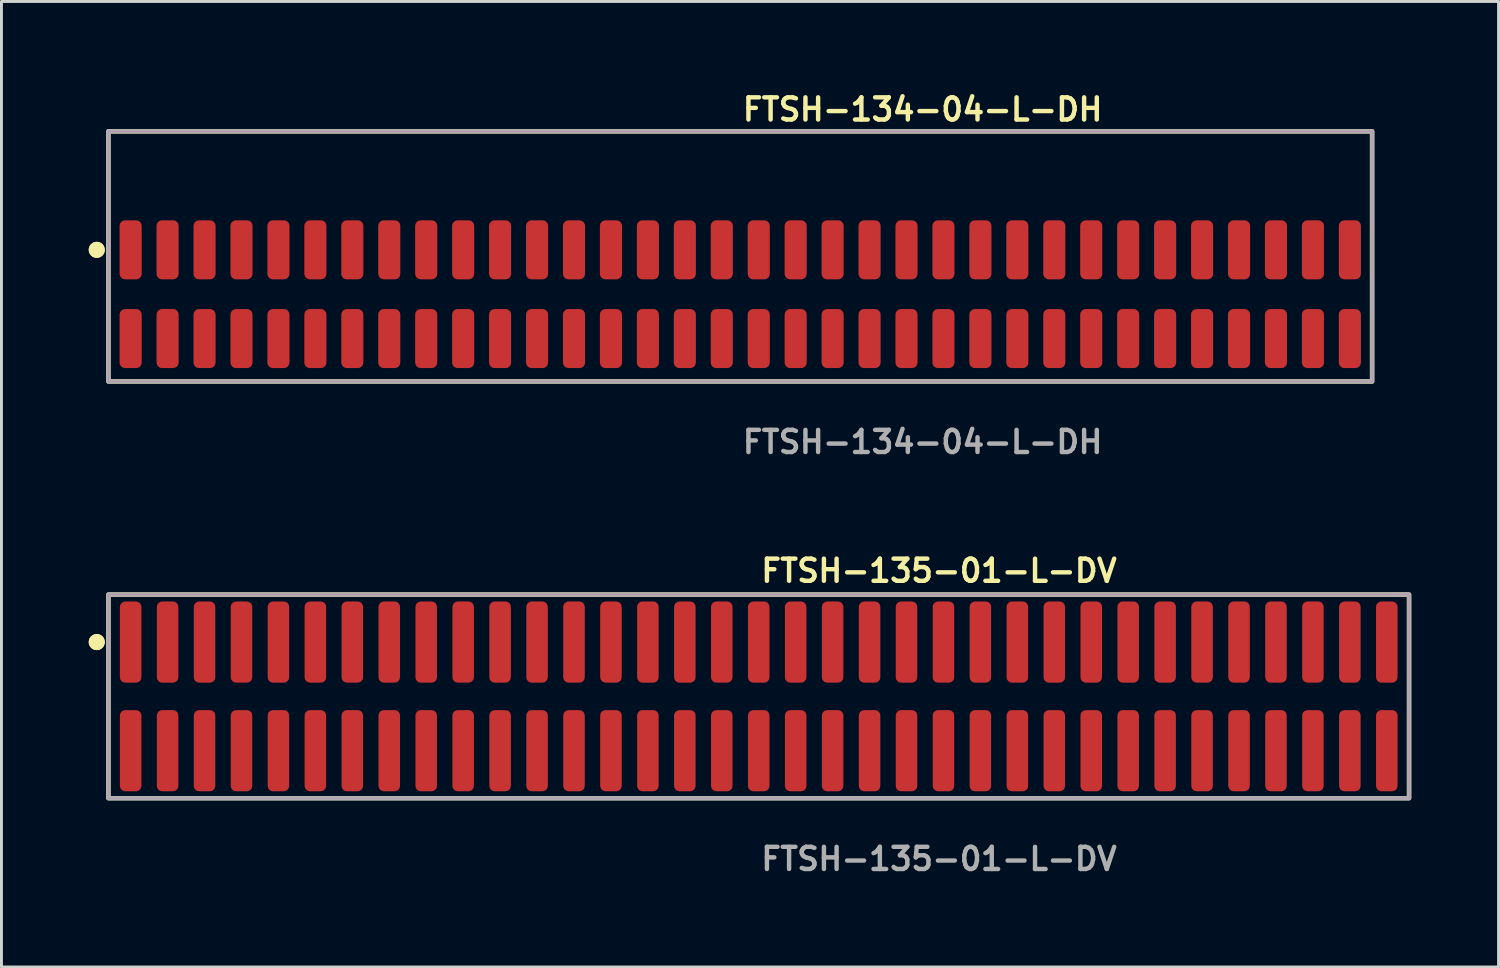
<source format=kicad_pcb>
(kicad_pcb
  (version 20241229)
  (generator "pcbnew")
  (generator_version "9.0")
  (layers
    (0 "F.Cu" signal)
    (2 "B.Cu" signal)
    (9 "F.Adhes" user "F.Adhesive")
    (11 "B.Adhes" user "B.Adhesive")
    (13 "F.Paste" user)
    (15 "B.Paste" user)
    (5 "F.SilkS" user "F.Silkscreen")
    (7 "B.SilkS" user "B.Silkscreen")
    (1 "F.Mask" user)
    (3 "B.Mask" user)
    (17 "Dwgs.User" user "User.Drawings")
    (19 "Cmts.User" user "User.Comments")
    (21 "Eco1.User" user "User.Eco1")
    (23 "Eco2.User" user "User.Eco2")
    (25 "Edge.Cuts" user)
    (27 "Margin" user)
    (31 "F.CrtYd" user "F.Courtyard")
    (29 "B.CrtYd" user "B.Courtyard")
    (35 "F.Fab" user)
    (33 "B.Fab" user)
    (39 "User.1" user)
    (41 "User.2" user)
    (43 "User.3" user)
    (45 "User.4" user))
  (footprint "FTSH-134-04-L-DH"
    (layer "F.Cu")
    (at 22.396 7.063)
    (property "Reference" "FTSH-134-04-L-DH" (at 0 -6.35 0) (unlocked yes) (layer "F.SilkS") (effects (font (size 0.762 0.762) (thickness 0.152)) (justify left)))
    (fp_rect (start -21.72 3) (end 21.72 -5.6) (stroke (width 0.152) (type solid)) (fill no) (layer "F.SilkS"))
    (fp_circle (center -22.12 -1.525) (end -22.32 -1.525) (stroke (width 0.152) (type solid)) (fill yes) (layer "F.SilkS"))
    (fp_circle (center -22.12 -1.525) (end -22.32 -1.525) (stroke (width 0.152) (type solid)) (fill yes) (layer "F.SilkS"))
    (fp_rect (start -21.72 3) (end 21.72 -5.6) (stroke (width 0.006) (type solid)) (fill no) (layer "F.CrtYd"))
    (fp_rect (start -21.72 3) (end 21.72 -5.6) (stroke (width 0.152) (type solid)) (fill no) (layer "F.Fab"))
    (fp_text user "${REFERENCE}" (at 0 5.08 0) (unlocked yes) (layer "F.Fab") (effects (font (size 0.762 0.762) (thickness 0.152)) (justify left)))
    (pad "1" smd roundrect (at -20.955 -1.525) (size 0.76 2.03) (layers "F.Cu" "F.Paste") (roundrect_rratio 0.25))
    (pad "2" smd roundrect (at -20.955 1.525) (size 0.76 2.03) (layers "F.Cu" "F.Paste") (roundrect_rratio 0.25))
    (pad "3" smd roundrect (at -19.685 -1.525) (size 0.76 2.03) (layers "F.Cu" "F.Paste") (roundrect_rratio 0.25))
    (pad "4" smd roundrect (at -19.685 1.525) (size 0.76 2.03) (layers "F.Cu" "F.Paste") (roundrect_rratio 0.25))
    (pad "5" smd roundrect (at -18.415 -1.525) (size 0.76 2.03) (layers "F.Cu" "F.Paste") (roundrect_rratio 0.25))
    (pad "6" smd roundrect (at -18.415 1.525) (size 0.76 2.03) (layers "F.Cu" "F.Paste") (roundrect_rratio 0.25))
    (pad "7" smd roundrect (at -17.145 -1.525) (size 0.76 2.03) (layers "F.Cu" "F.Paste") (roundrect_rratio 0.25))
    (pad "8" smd roundrect (at -17.145 1.525) (size 0.76 2.03) (layers "F.Cu" "F.Paste") (roundrect_rratio 0.25))
    (pad "9" smd roundrect (at -15.875 -1.525) (size 0.76 2.03) (layers "F.Cu" "F.Paste") (roundrect_rratio 0.25))
    (pad "10" smd roundrect (at -15.875 1.525) (size 0.76 2.03) (layers "F.Cu" "F.Paste") (roundrect_rratio 0.25))
    (pad "11" smd roundrect (at -14.605 -1.525) (size 0.76 2.03) (layers "F.Cu" "F.Paste") (roundrect_rratio 0.25))
    (pad "12" smd roundrect (at -14.605 1.525) (size 0.76 2.03) (layers "F.Cu" "F.Paste") (roundrect_rratio 0.25))
    (pad "13" smd roundrect (at -13.335 -1.525) (size 0.76 2.03) (layers "F.Cu" "F.Paste") (roundrect_rratio 0.25))
    (pad "14" smd roundrect (at -13.335 1.525) (size 0.76 2.03) (layers "F.Cu" "F.Paste") (roundrect_rratio 0.25))
    (pad "15" smd roundrect (at -12.065 -1.525) (size 0.76 2.03) (layers "F.Cu" "F.Paste") (roundrect_rratio 0.25))
    (pad "16" smd roundrect (at -12.065 1.525) (size 0.76 2.03) (layers "F.Cu" "F.Paste") (roundrect_rratio 0.25))
    (pad "17" smd roundrect (at -10.795 -1.525) (size 0.76 2.03) (layers "F.Cu" "F.Paste") (roundrect_rratio 0.25))
    (pad "18" smd roundrect (at -10.795 1.525) (size 0.76 2.03) (layers "F.Cu" "F.Paste") (roundrect_rratio 0.25))
    (pad "19" smd roundrect (at -9.525 -1.525) (size 0.76 2.03) (layers "F.Cu" "F.Paste") (roundrect_rratio 0.25))
    (pad "20" smd roundrect (at -9.525 1.525) (size 0.76 2.03) (layers "F.Cu" "F.Paste") (roundrect_rratio 0.25))
    (pad "21" smd roundrect (at -8.255 -1.525) (size 0.76 2.03) (layers "F.Cu" "F.Paste") (roundrect_rratio 0.25))
    (pad "22" smd roundrect (at -8.255 1.525) (size 0.76 2.03) (layers "F.Cu" "F.Paste") (roundrect_rratio 0.25))
    (pad "23" smd roundrect (at -6.985 -1.525) (size 0.76 2.03) (layers "F.Cu" "F.Paste") (roundrect_rratio 0.25))
    (pad "24" smd roundrect (at -6.985 1.525) (size 0.76 2.03) (layers "F.Cu" "F.Paste") (roundrect_rratio 0.25))
    (pad "25" smd roundrect (at -5.715 -1.525) (size 0.76 2.03) (layers "F.Cu" "F.Paste") (roundrect_rratio 0.25))
    (pad "26" smd roundrect (at -5.715 1.525) (size 0.76 2.03) (layers "F.Cu" "F.Paste") (roundrect_rratio 0.25))
    (pad "27" smd roundrect (at -4.445 -1.525) (size 0.76 2.03) (layers "F.Cu" "F.Paste") (roundrect_rratio 0.25))
    (pad "28" smd roundrect (at -4.445 1.525) (size 0.76 2.03) (layers "F.Cu" "F.Paste") (roundrect_rratio 0.25))
    (pad "29" smd roundrect (at -3.175 -1.525) (size 0.76 2.03) (layers "F.Cu" "F.Paste") (roundrect_rratio 0.25))
    (pad "30" smd roundrect (at -3.175 1.525) (size 0.76 2.03) (layers "F.Cu" "F.Paste") (roundrect_rratio 0.25))
    (pad "31" smd roundrect (at -1.905 -1.525) (size 0.76 2.03) (layers "F.Cu" "F.Paste") (roundrect_rratio 0.25))
    (pad "32" smd roundrect (at -1.905 1.525) (size 0.76 2.03) (layers "F.Cu" "F.Paste") (roundrect_rratio 0.25))
    (pad "33" smd roundrect (at -0.635 -1.525) (size 0.76 2.03) (layers "F.Cu" "F.Paste") (roundrect_rratio 0.25))
    (pad "34" smd roundrect (at -0.635 1.525) (size 0.76 2.03) (layers "F.Cu" "F.Paste") (roundrect_rratio 0.25))
    (pad "35" smd roundrect (at 0.635 -1.525) (size 0.76 2.03) (layers "F.Cu" "F.Paste") (roundrect_rratio 0.25))
    (pad "36" smd roundrect (at 0.635 1.525) (size 0.76 2.03) (layers "F.Cu" "F.Paste") (roundrect_rratio 0.25))
    (pad "37" smd roundrect (at 1.905 -1.525) (size 0.76 2.03) (layers "F.Cu" "F.Paste") (roundrect_rratio 0.25))
    (pad "38" smd roundrect (at 1.905 1.525) (size 0.76 2.03) (layers "F.Cu" "F.Paste") (roundrect_rratio 0.25))
    (pad "39" smd roundrect (at 3.175 -1.525) (size 0.76 2.03) (layers "F.Cu" "F.Paste") (roundrect_rratio 0.25))
    (pad "40" smd roundrect (at 3.175 1.525) (size 0.76 2.03) (layers "F.Cu" "F.Paste") (roundrect_rratio 0.25))
    (pad "41" smd roundrect (at 4.445 -1.525) (size 0.76 2.03) (layers "F.Cu" "F.Paste") (roundrect_rratio 0.25))
    (pad "42" smd roundrect (at 4.445 1.525) (size 0.76 2.03) (layers "F.Cu" "F.Paste") (roundrect_rratio 0.25))
    (pad "43" smd roundrect (at 5.715 -1.525) (size 0.76 2.03) (layers "F.Cu" "F.Paste") (roundrect_rratio 0.25))
    (pad "44" smd roundrect (at 5.715 1.525) (size 0.76 2.03) (layers "F.Cu" "F.Paste") (roundrect_rratio 0.25))
    (pad "45" smd roundrect (at 6.985 -1.525) (size 0.76 2.03) (layers "F.Cu" "F.Paste") (roundrect_rratio 0.25))
    (pad "46" smd roundrect (at 6.985 1.525) (size 0.76 2.03) (layers "F.Cu" "F.Paste") (roundrect_rratio 0.25))
    (pad "47" smd roundrect (at 8.255 -1.525) (size 0.76 2.03) (layers "F.Cu" "F.Paste") (roundrect_rratio 0.25))
    (pad "48" smd roundrect (at 8.255 1.525) (size 0.76 2.03) (layers "F.Cu" "F.Paste") (roundrect_rratio 0.25))
    (pad "49" smd roundrect (at 9.525 -1.525) (size 0.76 2.03) (layers "F.Cu" "F.Paste") (roundrect_rratio 0.25))
    (pad "50" smd roundrect (at 9.525 1.525) (size 0.76 2.03) (layers "F.Cu" "F.Paste") (roundrect_rratio 0.25))
    (pad "51" smd roundrect (at 10.795 -1.525) (size 0.76 2.03) (layers "F.Cu" "F.Paste") (roundrect_rratio 0.25))
    (pad "52" smd roundrect (at 10.795 1.525) (size 0.76 2.03) (layers "F.Cu" "F.Paste") (roundrect_rratio 0.25))
    (pad "53" smd roundrect (at 12.065 -1.525) (size 0.76 2.03) (layers "F.Cu" "F.Paste") (roundrect_rratio 0.25))
    (pad "54" smd roundrect (at 12.065 1.525) (size 0.76 2.03) (layers "F.Cu" "F.Paste") (roundrect_rratio 0.25))
    (pad "55" smd roundrect (at 13.335 -1.525) (size 0.76 2.03) (layers "F.Cu" "F.Paste") (roundrect_rratio 0.25))
    (pad "56" smd roundrect (at 13.335 1.525) (size 0.76 2.03) (layers "F.Cu" "F.Paste") (roundrect_rratio 0.25))
    (pad "57" smd roundrect (at 14.605 -1.525) (size 0.76 2.03) (layers "F.Cu" "F.Paste") (roundrect_rratio 0.25))
    (pad "58" smd roundrect (at 14.605 1.525) (size 0.76 2.03) (layers "F.Cu" "F.Paste") (roundrect_rratio 0.25))
    (pad "59" smd roundrect (at 15.875 -1.525) (size 0.76 2.03) (layers "F.Cu" "F.Paste") (roundrect_rratio 0.25))
    (pad "60" smd roundrect (at 15.875 1.525) (size 0.76 2.03) (layers "F.Cu" "F.Paste") (roundrect_rratio 0.25))
    (pad "61" smd roundrect (at 17.145 -1.525) (size 0.76 2.03) (layers "F.Cu" "F.Paste") (roundrect_rratio 0.25))
    (pad "62" smd roundrect (at 17.145 1.525) (size 0.76 2.03) (layers "F.Cu" "F.Paste") (roundrect_rratio 0.25))
    (pad "63" smd roundrect (at 18.415 -1.525) (size 0.76 2.03) (layers "F.Cu" "F.Paste") (roundrect_rratio 0.25))
    (pad "64" smd roundrect (at 18.415 1.525) (size 0.76 2.03) (layers "F.Cu" "F.Paste") (roundrect_rratio 0.25))
    (pad "65" smd roundrect (at 19.685 -1.525) (size 0.76 2.03) (layers "F.Cu" "F.Paste") (roundrect_rratio 0.25))
    (pad "66" smd roundrect (at 19.685 1.525) (size 0.76 2.03) (layers "F.Cu" "F.Paste") (roundrect_rratio 0.25))
    (pad "67" smd roundrect (at 20.955 -1.525) (size 0.76 2.03) (layers "F.Cu" "F.Paste") (roundrect_rratio 0.25))
    (pad "68" smd roundrect (at 20.955 1.525) (size 0.76 2.03) (layers "F.Cu" "F.Paste") (roundrect_rratio 0.25)))
  (footprint "FTSH-135-01-L-DV"
    (layer "F.Cu")
    (at 23.031 20.888)
    (property "Reference" "FTSH-135-01-L-DV" (at 0 -4.318 0) (unlocked yes) (layer "F.SilkS") (effects (font (size 0.762 0.762) (thickness 0.152)) (justify left)))
    (fp_rect (start -22.355 3.5) (end 22.355 -3.5) (stroke (width 0.152) (type solid)) (fill no) (layer "F.SilkS"))
    (fp_circle (center -22.755 -1.867) (end -22.955 -1.867) (stroke (width 0.152) (type solid)) (fill yes) (layer "F.SilkS"))
    (fp_circle (center -22.755 -1.867) (end -22.955 -1.867) (stroke (width 0.152) (type solid)) (fill yes) (layer "F.SilkS"))
    (fp_rect (start -22.355 3.5) (end 22.355 -3.5) (stroke (width 0.006) (type solid)) (fill no) (layer "F.CrtYd"))
    (fp_rect (start -22.355 3.5) (end 22.355 -3.5) (stroke (width 0.152) (type solid)) (fill no) (layer "F.Fab"))
    (fp_text user "${REFERENCE}" (at 0 5.588 0) (unlocked yes) (layer "F.Fab") (effects (font (size 0.762 0.762) (thickness 0.152)) (justify left)))
    (pad "1" smd roundrect (at -21.59 -1.867) (size 0.74 2.79) (layers "F.Cu" "F.Paste") (roundrect_rratio 0.25))
    (pad "2" smd roundrect (at -21.59 1.867) (size 0.74 2.79) (layers "F.Cu" "F.Paste") (roundrect_rratio 0.25))
    (pad "3" smd roundrect (at -20.32 -1.867) (size 0.74 2.79) (layers "F.Cu" "F.Paste") (roundrect_rratio 0.25))
    (pad "4" smd roundrect (at -20.32 1.867) (size 0.74 2.79) (layers "F.Cu" "F.Paste") (roundrect_rratio 0.25))
    (pad "5" smd roundrect (at -19.05 -1.867) (size 0.74 2.79) (layers "F.Cu" "F.Paste") (roundrect_rratio 0.25))
    (pad "6" smd roundrect (at -19.05 1.867) (size 0.74 2.79) (layers "F.Cu" "F.Paste") (roundrect_rratio 0.25))
    (pad "7" smd roundrect (at -17.78 -1.867) (size 0.74 2.79) (layers "F.Cu" "F.Paste") (roundrect_rratio 0.25))
    (pad "8" smd roundrect (at -17.78 1.867) (size 0.74 2.79) (layers "F.Cu" "F.Paste") (roundrect_rratio 0.25))
    (pad "9" smd roundrect (at -16.51 -1.867) (size 0.74 2.79) (layers "F.Cu" "F.Paste") (roundrect_rratio 0.25))
    (pad "10" smd roundrect (at -16.51 1.867) (size 0.74 2.79) (layers "F.Cu" "F.Paste") (roundrect_rratio 0.25))
    (pad "11" smd roundrect (at -15.24 -1.867) (size 0.74 2.79) (layers "F.Cu" "F.Paste") (roundrect_rratio 0.25))
    (pad "12" smd roundrect (at -15.24 1.867) (size 0.74 2.79) (layers "F.Cu" "F.Paste") (roundrect_rratio 0.25))
    (pad "13" smd roundrect (at -13.97 -1.867) (size 0.74 2.79) (layers "F.Cu" "F.Paste") (roundrect_rratio 0.25))
    (pad "14" smd roundrect (at -13.97 1.867) (size 0.74 2.79) (layers "F.Cu" "F.Paste") (roundrect_rratio 0.25))
    (pad "15" smd roundrect (at -12.7 -1.867) (size 0.74 2.79) (layers "F.Cu" "F.Paste") (roundrect_rratio 0.25))
    (pad "16" smd roundrect (at -12.7 1.867) (size 0.74 2.79) (layers "F.Cu" "F.Paste") (roundrect_rratio 0.25))
    (pad "17" smd roundrect (at -11.43 -1.867) (size 0.74 2.79) (layers "F.Cu" "F.Paste") (roundrect_rratio 0.25))
    (pad "18" smd roundrect (at -11.43 1.867) (size 0.74 2.79) (layers "F.Cu" "F.Paste") (roundrect_rratio 0.25))
    (pad "19" smd roundrect (at -10.16 -1.867) (size 0.74 2.79) (layers "F.Cu" "F.Paste") (roundrect_rratio 0.25))
    (pad "20" smd roundrect (at -10.16 1.867) (size 0.74 2.79) (layers "F.Cu" "F.Paste") (roundrect_rratio 0.25))
    (pad "21" smd roundrect (at -8.89 -1.867) (size 0.74 2.79) (layers "F.Cu" "F.Paste") (roundrect_rratio 0.25))
    (pad "22" smd roundrect (at -8.89 1.867) (size 0.74 2.79) (layers "F.Cu" "F.Paste") (roundrect_rratio 0.25))
    (pad "23" smd roundrect (at -7.62 -1.867) (size 0.74 2.79) (layers "F.Cu" "F.Paste") (roundrect_rratio 0.25))
    (pad "24" smd roundrect (at -7.62 1.867) (size 0.74 2.79) (layers "F.Cu" "F.Paste") (roundrect_rratio 0.25))
    (pad "25" smd roundrect (at -6.35 -1.867) (size 0.74 2.79) (layers "F.Cu" "F.Paste") (roundrect_rratio 0.25))
    (pad "26" smd roundrect (at -6.35 1.867) (size 0.74 2.79) (layers "F.Cu" "F.Paste") (roundrect_rratio 0.25))
    (pad "27" smd roundrect (at -5.08 -1.867) (size 0.74 2.79) (layers "F.Cu" "F.Paste") (roundrect_rratio 0.25))
    (pad "28" smd roundrect (at -5.08 1.867) (size 0.74 2.79) (layers "F.Cu" "F.Paste") (roundrect_rratio 0.25))
    (pad "29" smd roundrect (at -3.81 -1.867) (size 0.74 2.79) (layers "F.Cu" "F.Paste") (roundrect_rratio 0.25))
    (pad "30" smd roundrect (at -3.81 1.867) (size 0.74 2.79) (layers "F.Cu" "F.Paste") (roundrect_rratio 0.25))
    (pad "31" smd roundrect (at -2.54 -1.867) (size 0.74 2.79) (layers "F.Cu" "F.Paste") (roundrect_rratio 0.25))
    (pad "32" smd roundrect (at -2.54 1.867) (size 0.74 2.79) (layers "F.Cu" "F.Paste") (roundrect_rratio 0.25))
    (pad "33" smd roundrect (at -1.27 -1.867) (size 0.74 2.79) (layers "F.Cu" "F.Paste") (roundrect_rratio 0.25))
    (pad "34" smd roundrect (at -1.27 1.867) (size 0.74 2.79) (layers "F.Cu" "F.Paste") (roundrect_rratio 0.25))
    (pad "35" smd roundrect (at 0 -1.867) (size 0.74 2.79) (layers "F.Cu" "F.Paste") (roundrect_rratio 0.25))
    (pad "36" smd roundrect (at 0 1.867) (size 0.74 2.79) (layers "F.Cu" "F.Paste") (roundrect_rratio 0.25))
    (pad "37" smd roundrect (at 1.27 -1.867) (size 0.74 2.79) (layers "F.Cu" "F.Paste") (roundrect_rratio 0.25))
    (pad "38" smd roundrect (at 1.27 1.867) (size 0.74 2.79) (layers "F.Cu" "F.Paste") (roundrect_rratio 0.25))
    (pad "39" smd roundrect (at 2.54 -1.867) (size 0.74 2.79) (layers "F.Cu" "F.Paste") (roundrect_rratio 0.25))
    (pad "40" smd roundrect (at 2.54 1.867) (size 0.74 2.79) (layers "F.Cu" "F.Paste") (roundrect_rratio 0.25))
    (pad "41" smd roundrect (at 3.81 -1.867) (size 0.74 2.79) (layers "F.Cu" "F.Paste") (roundrect_rratio 0.25))
    (pad "42" smd roundrect (at 3.81 1.867) (size 0.74 2.79) (layers "F.Cu" "F.Paste") (roundrect_rratio 0.25))
    (pad "43" smd roundrect (at 5.08 -1.867) (size 0.74 2.79) (layers "F.Cu" "F.Paste") (roundrect_rratio 0.25))
    (pad "44" smd roundrect (at 5.08 1.867) (size 0.74 2.79) (layers "F.Cu" "F.Paste") (roundrect_rratio 0.25))
    (pad "45" smd roundrect (at 6.35 -1.867) (size 0.74 2.79) (layers "F.Cu" "F.Paste") (roundrect_rratio 0.25))
    (pad "46" smd roundrect (at 6.35 1.867) (size 0.74 2.79) (layers "F.Cu" "F.Paste") (roundrect_rratio 0.25))
    (pad "47" smd roundrect (at 7.62 -1.867) (size 0.74 2.79) (layers "F.Cu" "F.Paste") (roundrect_rratio 0.25))
    (pad "48" smd roundrect (at 7.62 1.867) (size 0.74 2.79) (layers "F.Cu" "F.Paste") (roundrect_rratio 0.25))
    (pad "49" smd roundrect (at 8.89 -1.867) (size 0.74 2.79) (layers "F.Cu" "F.Paste") (roundrect_rratio 0.25))
    (pad "50" smd roundrect (at 8.89 1.867) (size 0.74 2.79) (layers "F.Cu" "F.Paste") (roundrect_rratio 0.25))
    (pad "51" smd roundrect (at 10.16 -1.867) (size 0.74 2.79) (layers "F.Cu" "F.Paste") (roundrect_rratio 0.25))
    (pad "52" smd roundrect (at 10.16 1.867) (size 0.74 2.79) (layers "F.Cu" "F.Paste") (roundrect_rratio 0.25))
    (pad "53" smd roundrect (at 11.43 -1.867) (size 0.74 2.79) (layers "F.Cu" "F.Paste") (roundrect_rratio 0.25))
    (pad "54" smd roundrect (at 11.43 1.867) (size 0.74 2.79) (layers "F.Cu" "F.Paste") (roundrect_rratio 0.25))
    (pad "55" smd roundrect (at 12.7 -1.867) (size 0.74 2.79) (layers "F.Cu" "F.Paste") (roundrect_rratio 0.25))
    (pad "56" smd roundrect (at 12.7 1.867) (size 0.74 2.79) (layers "F.Cu" "F.Paste") (roundrect_rratio 0.25))
    (pad "57" smd roundrect (at 13.97 -1.867) (size 0.74 2.79) (layers "F.Cu" "F.Paste") (roundrect_rratio 0.25))
    (pad "58" smd roundrect (at 13.97 1.867) (size 0.74 2.79) (layers "F.Cu" "F.Paste") (roundrect_rratio 0.25))
    (pad "59" smd roundrect (at 15.24 -1.867) (size 0.74 2.79) (layers "F.Cu" "F.Paste") (roundrect_rratio 0.25))
    (pad "60" smd roundrect (at 15.24 1.867) (size 0.74 2.79) (layers "F.Cu" "F.Paste") (roundrect_rratio 0.25))
    (pad "61" smd roundrect (at 16.51 -1.867) (size 0.74 2.79) (layers "F.Cu" "F.Paste") (roundrect_rratio 0.25))
    (pad "62" smd roundrect (at 16.51 1.867) (size 0.74 2.79) (layers "F.Cu" "F.Paste") (roundrect_rratio 0.25))
    (pad "63" smd roundrect (at 17.78 -1.867) (size 0.74 2.79) (layers "F.Cu" "F.Paste") (roundrect_rratio 0.25))
    (pad "64" smd roundrect (at 17.78 1.867) (size 0.74 2.79) (layers "F.Cu" "F.Paste") (roundrect_rratio 0.25))
    (pad "65" smd roundrect (at 19.05 -1.867) (size 0.74 2.79) (layers "F.Cu" "F.Paste") (roundrect_rratio 0.25))
    (pad "66" smd roundrect (at 19.05 1.867) (size 0.74 2.79) (layers "F.Cu" "F.Paste") (roundrect_rratio 0.25))
    (pad "67" smd roundrect (at 20.32 -1.867) (size 0.74 2.79) (layers "F.Cu" "F.Paste") (roundrect_rratio 0.25))
    (pad "68" smd roundrect (at 20.32 1.867) (size 0.74 2.79) (layers "F.Cu" "F.Paste") (roundrect_rratio 0.25))
    (pad "69" smd roundrect (at 21.59 -1.867) (size 0.74 2.79) (layers "F.Cu" "F.Paste") (roundrect_rratio 0.25))
    (pad "70" smd roundrect (at 21.59 1.867) (size 0.74 2.79) (layers "F.Cu" "F.Paste") (roundrect_rratio 0.25)))
  (gr_rect
    (start -3 -3)
    (end 48.462 30.189)
    (stroke (width 0.1) (type default))
    (fill no)
    (layer "Edge.Cuts")))
</source>
